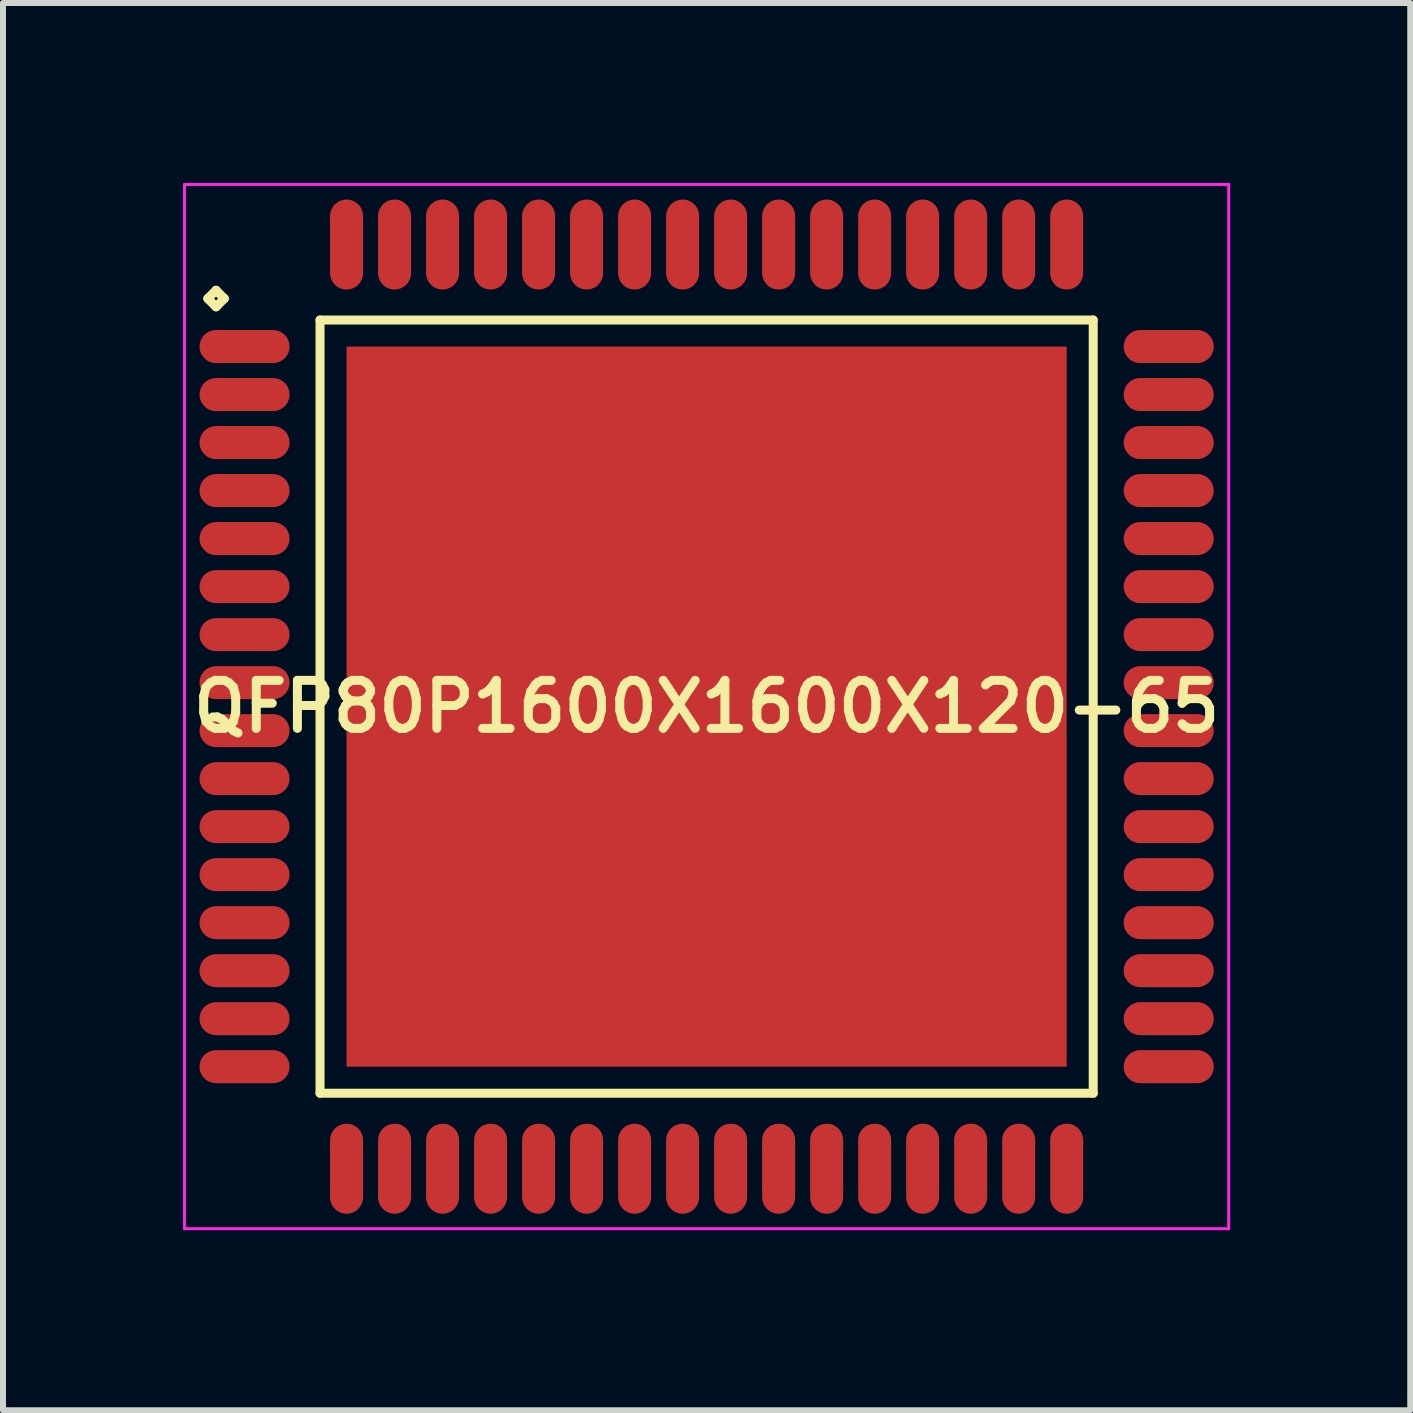
<source format=kicad_pcb>
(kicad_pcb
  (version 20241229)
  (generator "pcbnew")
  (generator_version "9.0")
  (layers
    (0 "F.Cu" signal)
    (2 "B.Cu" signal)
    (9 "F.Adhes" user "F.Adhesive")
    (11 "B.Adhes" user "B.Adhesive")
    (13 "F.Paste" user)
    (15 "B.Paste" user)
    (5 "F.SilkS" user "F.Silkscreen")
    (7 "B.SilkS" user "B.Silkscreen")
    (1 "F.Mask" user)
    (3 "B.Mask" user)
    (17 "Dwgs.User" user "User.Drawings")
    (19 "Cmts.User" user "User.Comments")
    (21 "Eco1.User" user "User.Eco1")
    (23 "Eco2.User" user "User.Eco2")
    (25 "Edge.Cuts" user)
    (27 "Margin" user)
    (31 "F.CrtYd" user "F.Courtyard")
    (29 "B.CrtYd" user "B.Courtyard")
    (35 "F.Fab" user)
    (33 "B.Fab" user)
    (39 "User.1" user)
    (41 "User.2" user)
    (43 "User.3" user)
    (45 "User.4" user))
  (footprint "QFP80P1600X1600X120-65"
    (layer "F.Cu")
    (at 8.725 8.725)
    (property "Reference" "QFP80P1600X1600X120-65" (at 0 0 0) (layer "F.SilkS") (effects (font (size 0.8 0.8) (thickness 0.15))))
    (attr smd)
    (fp_line (start -8.312 -6.8) (end -8.175 -6.938) (stroke (width 0.15) (type solid)) (layer "F.SilkS"))
    (fp_line (start -8.175 -6.938) (end -8.037 -6.8) (stroke (width 0.15) (type solid)) (layer "F.SilkS"))
    (fp_line (start -8.175 -6.662) (end -8.312 -6.8) (stroke (width 0.15) (type solid)) (layer "F.SilkS"))
    (fp_line (start -8.037 -6.8) (end -8.175 -6.662) (stroke (width 0.15) (type solid)) (layer "F.SilkS"))
    (fp_line (start -6.442 -6.442) (end -6.442 6.442) (stroke (width 0.15) (type solid)) (layer "F.SilkS"))
    (fp_line (start -6.442 6.442) (end 6.442 6.442) (stroke (width 0.15) (type solid)) (layer "F.SilkS"))
    (fp_line (start 6.442 -6.442) (end -6.442 -6.442) (stroke (width 0.15) (type solid)) (layer "F.SilkS"))
    (fp_line (start 6.442 6.442) (end 6.442 -6.442) (stroke (width 0.15) (type solid)) (layer "F.SilkS"))
    (fp_line (start -8.7 -8.7) (end 8.7 -8.7) (stroke (width 0.05) (type solid)) (layer "F.CrtYd"))
    (fp_line (start -8.7 8.7) (end -8.7 -8.7) (stroke (width 0.05) (type solid)) (layer "F.CrtYd"))
    (fp_line (start 8.7 -8.7) (end 8.7 8.7) (stroke (width 0.05) (type solid)) (layer "F.CrtYd"))
    (fp_line (start 8.7 8.7) (end -8.7 8.7) (stroke (width 0.05) (type solid)) (layer "F.CrtYd"))
    (pad "1" smd oval (at -7.7 -6) (size 1.5 0.55) (layers "F.Cu" "F.Mask" "F.Paste"))
    (pad "2" smd oval (at -7.7 -5.2) (size 1.5 0.55) (layers "F.Cu" "F.Mask" "F.Paste"))
    (pad "3" smd oval (at -7.7 -4.4) (size 1.5 0.55) (layers "F.Cu" "F.Mask" "F.Paste"))
    (pad "4" smd oval (at -7.7 -3.6) (size 1.5 0.55) (layers "F.Cu" "F.Mask" "F.Paste"))
    (pad "5" smd oval (at -7.7 -2.8) (size 1.5 0.55) (layers "F.Cu" "F.Mask" "F.Paste"))
    (pad "6" smd oval (at -7.7 -2) (size 1.5 0.55) (layers "F.Cu" "F.Mask" "F.Paste"))
    (pad "7" smd oval (at -7.7 -1.2) (size 1.5 0.55) (layers "F.Cu" "F.Mask" "F.Paste"))
    (pad "8" smd oval (at -7.7 -0.4) (size 1.5 0.55) (layers "F.Cu" "F.Mask" "F.Paste"))
    (pad "9" smd oval (at -7.7 0.4) (size 1.5 0.55) (layers "F.Cu" "F.Mask" "F.Paste"))
    (pad "10" smd oval (at -7.7 1.2) (size 1.5 0.55) (layers "F.Cu" "F.Mask" "F.Paste"))
    (pad "11" smd oval (at -7.7 2) (size 1.5 0.55) (layers "F.Cu" "F.Mask" "F.Paste"))
    (pad "12" smd oval (at -7.7 2.8) (size 1.5 0.55) (layers "F.Cu" "F.Mask" "F.Paste"))
    (pad "13" smd oval (at -7.7 3.6) (size 1.5 0.55) (layers "F.Cu" "F.Mask" "F.Paste"))
    (pad "14" smd oval (at -7.7 4.4) (size 1.5 0.55) (layers "F.Cu" "F.Mask" "F.Paste"))
    (pad "15" smd oval (at -7.7 5.2) (size 1.5 0.55) (layers "F.Cu" "F.Mask" "F.Paste"))
    (pad "16" smd oval (at -7.7 6) (size 1.5 0.55) (layers "F.Cu" "F.Mask" "F.Paste"))
    (pad "17" smd oval (at -6 7.7) (size 0.55 1.5) (layers "F.Cu" "F.Mask" "F.Paste"))
    (pad "18" smd oval (at -5.2 7.7) (size 0.55 1.5) (layers "F.Cu" "F.Mask" "F.Paste"))
    (pad "19" smd oval (at -4.4 7.7) (size 0.55 1.5) (layers "F.Cu" "F.Mask" "F.Paste"))
    (pad "20" smd oval (at -3.6 7.7) (size 0.55 1.5) (layers "F.Cu" "F.Mask" "F.Paste"))
    (pad "21" smd oval (at -2.8 7.7) (size 0.55 1.5) (layers "F.Cu" "F.Mask" "F.Paste"))
    (pad "22" smd oval (at -2 7.7) (size 0.55 1.5) (layers "F.Cu" "F.Mask" "F.Paste"))
    (pad "23" smd oval (at -1.2 7.7) (size 0.55 1.5) (layers "F.Cu" "F.Mask" "F.Paste"))
    (pad "24" smd oval (at -0.4 7.7) (size 0.55 1.5) (layers "F.Cu" "F.Mask" "F.Paste"))
    (pad "25" smd oval (at 0.4 7.7) (size 0.55 1.5) (layers "F.Cu" "F.Mask" "F.Paste"))
    (pad "26" smd oval (at 1.2 7.7) (size 0.55 1.5) (layers "F.Cu" "F.Mask" "F.Paste"))
    (pad "27" smd oval (at 2 7.7) (size 0.55 1.5) (layers "F.Cu" "F.Mask" "F.Paste"))
    (pad "28" smd oval (at 2.8 7.7) (size 0.55 1.5) (layers "F.Cu" "F.Mask" "F.Paste"))
    (pad "29" smd oval (at 3.6 7.7) (size 0.55 1.5) (layers "F.Cu" "F.Mask" "F.Paste"))
    (pad "30" smd oval (at 4.4 7.7) (size 0.55 1.5) (layers "F.Cu" "F.Mask" "F.Paste"))
    (pad "31" smd oval (at 5.2 7.7) (size 0.55 1.5) (layers "F.Cu" "F.Mask" "F.Paste"))
    (pad "32" smd oval (at 6 7.7) (size 0.55 1.5) (layers "F.Cu" "F.Mask" "F.Paste"))
    (pad "33" smd oval (at 7.7 6) (size 1.5 0.55) (layers "F.Cu" "F.Mask" "F.Paste"))
    (pad "34" smd oval (at 7.7 5.2) (size 1.5 0.55) (layers "F.Cu" "F.Mask" "F.Paste"))
    (pad "35" smd oval (at 7.7 4.4) (size 1.5 0.55) (layers "F.Cu" "F.Mask" "F.Paste"))
    (pad "36" smd oval (at 7.7 3.6) (size 1.5 0.55) (layers "F.Cu" "F.Mask" "F.Paste"))
    (pad "37" smd oval (at 7.7 2.8) (size 1.5 0.55) (layers "F.Cu" "F.Mask" "F.Paste"))
    (pad "38" smd oval (at 7.7 2) (size 1.5 0.55) (layers "F.Cu" "F.Mask" "F.Paste"))
    (pad "39" smd oval (at 7.7 1.2) (size 1.5 0.55) (layers "F.Cu" "F.Mask" "F.Paste"))
    (pad "40" smd oval (at 7.7 0.4) (size 1.5 0.55) (layers "F.Cu" "F.Mask" "F.Paste"))
    (pad "41" smd oval (at 7.7 -0.4) (size 1.5 0.55) (layers "F.Cu" "F.Mask" "F.Paste"))
    (pad "42" smd oval (at 7.7 -1.2) (size 1.5 0.55) (layers "F.Cu" "F.Mask" "F.Paste"))
    (pad "43" smd oval (at 7.7 -2) (size 1.5 0.55) (layers "F.Cu" "F.Mask" "F.Paste"))
    (pad "44" smd oval (at 7.7 -2.8) (size 1.5 0.55) (layers "F.Cu" "F.Mask" "F.Paste"))
    (pad "45" smd oval (at 7.7 -3.6) (size 1.5 0.55) (layers "F.Cu" "F.Mask" "F.Paste"))
    (pad "46" smd oval (at 7.7 -4.4) (size 1.5 0.55) (layers "F.Cu" "F.Mask" "F.Paste"))
    (pad "47" smd oval (at 7.7 -5.2) (size 1.5 0.55) (layers "F.Cu" "F.Mask" "F.Paste"))
    (pad "48" smd oval (at 7.7 -6) (size 1.5 0.55) (layers "F.Cu" "F.Mask" "F.Paste"))
    (pad "49" smd oval (at 6 -7.7) (size 0.55 1.5) (layers "F.Cu" "F.Mask" "F.Paste"))
    (pad "50" smd oval (at 5.2 -7.7) (size 0.55 1.5) (layers "F.Cu" "F.Mask" "F.Paste"))
    (pad "51" smd oval (at 4.4 -7.7) (size 0.55 1.5) (layers "F.Cu" "F.Mask" "F.Paste"))
    (pad "52" smd oval (at 3.6 -7.7) (size 0.55 1.5) (layers "F.Cu" "F.Mask" "F.Paste"))
    (pad "53" smd oval (at 2.8 -7.7) (size 0.55 1.5) (layers "F.Cu" "F.Mask" "F.Paste"))
    (pad "54" smd oval (at 2 -7.7) (size 0.55 1.5) (layers "F.Cu" "F.Mask" "F.Paste"))
    (pad "55" smd oval (at 1.2 -7.7) (size 0.55 1.5) (layers "F.Cu" "F.Mask" "F.Paste"))
    (pad "56" smd oval (at 0.4 -7.7) (size 0.55 1.5) (layers "F.Cu" "F.Mask" "F.Paste"))
    (pad "57" smd oval (at -0.4 -7.7) (size 0.55 1.5) (layers "F.Cu" "F.Mask" "F.Paste"))
    (pad "58" smd oval (at -1.2 -7.7) (size 0.55 1.5) (layers "F.Cu" "F.Mask" "F.Paste"))
    (pad "59" smd oval (at -2 -7.7) (size 0.55 1.5) (layers "F.Cu" "F.Mask" "F.Paste"))
    (pad "60" smd oval (at -2.8 -7.7) (size 0.55 1.5) (layers "F.Cu" "F.Mask" "F.Paste"))
    (pad "61" smd oval (at -3.6 -7.7) (size 0.55 1.5) (layers "F.Cu" "F.Mask" "F.Paste"))
    (pad "62" smd oval (at -4.4 -7.7) (size 0.55 1.5) (layers "F.Cu" "F.Mask" "F.Paste"))
    (pad "63" smd oval (at -5.2 -7.7) (size 0.55 1.5) (layers "F.Cu" "F.Mask" "F.Paste"))
    (pad "64" smd oval (at -6 -7.7) (size 0.55 1.5) (layers "F.Cu" "F.Mask" "F.Paste"))
    (pad "65" smd rect (at 0 0) (size 12 12) (layers "F.Cu" "F.Mask" "F.Paste")))
  (gr_rect
    (start -3 -3)
    (end 20.45 20.45)
    (stroke (width 0.1) (type default))
    (fill no)
    (layer "Edge.Cuts")))
</source>
